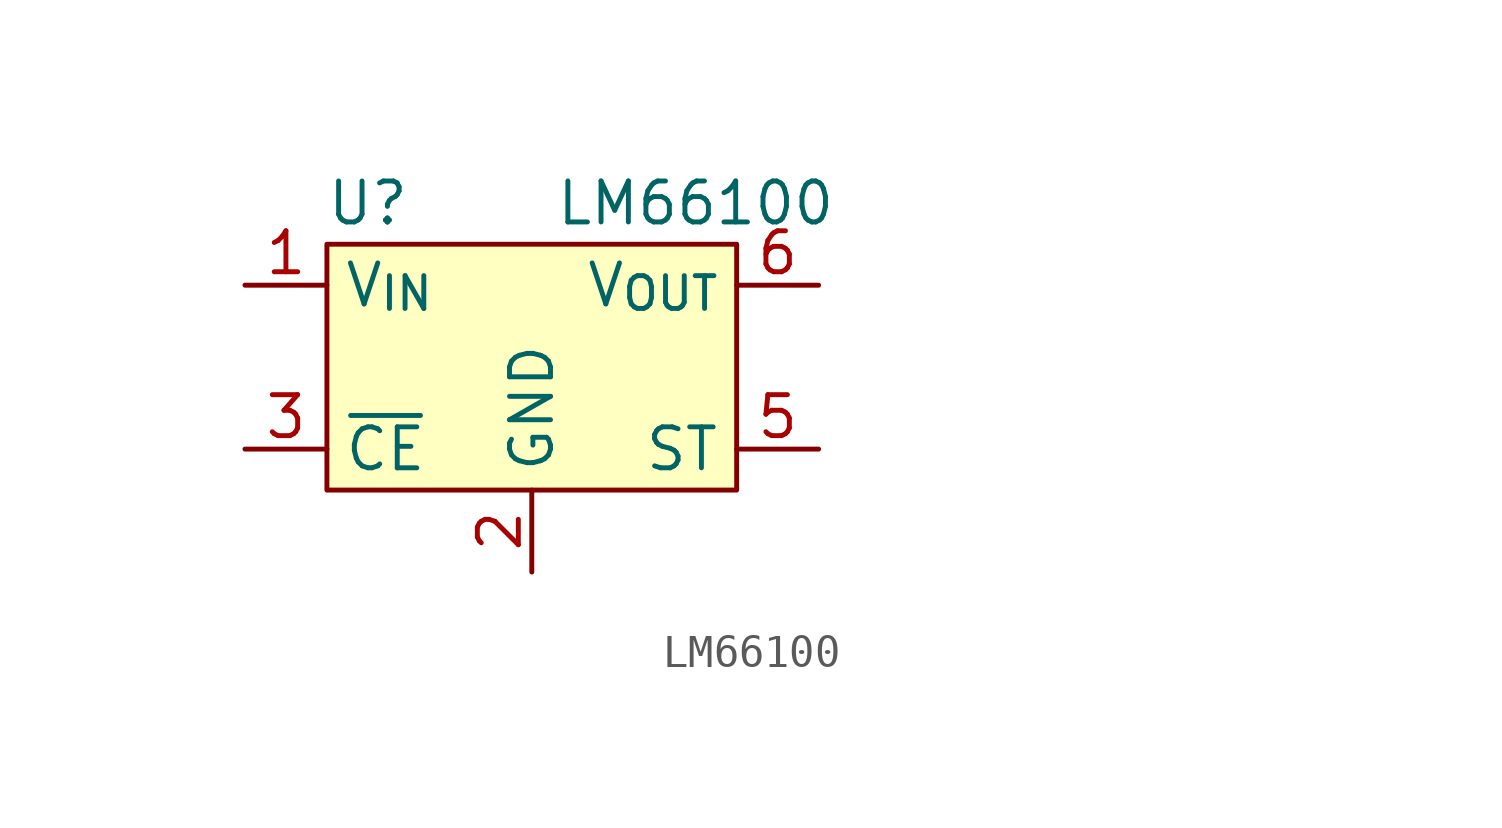
<source format=kicad_sym>
(kicad_symbol_lib
  (version 20220914)
  (generator kicad_symbol_editor)
  (symbol "LM66100"
    (property "Reference" "U"
      (at -5.08 5.08 0)
      (effects (font (size 1.27 1.27))))
    (property "Value" "LM66100"
      (at 5.08 5.08 0)
      (effects (font (size 1.27 1.27))))
    (symbol "LM66100_0_0"
      (pin power_in line (at -8.89 2.54 0) (length 2.54) (name "V_{IN}" (effects (font (size 1.27 1.27)))) (number "1" (effects (font (size 1.27 1.27)))))
      (pin power_in line (at 0 -6.35 90) (length 2.54) (name "GND" (effects (font (size 1.27 1.27)))) (number "2" (effects (font (size 1.27 1.27)))))
      (pin input line (at -8.89 -2.54 0) (length 2.54) (name "~{CE}" (effects (font (size 1.27 1.27)))) (number "3" (effects (font (size 1.27 1.27)))))
      (pin power_out line (at 8.89 2.54 180) (length 2.54) (name "V_{OUT}" (effects (font (size 1.27 1.27)))) (number "6" (effects (font (size 1.27 1.27))))))
    (symbol "LM66100_1_0"
      (pin no_connect line (at 20.32 -5.08 0) (length 2.54) hide (name "N/C" (effects (font (size 1.27 1.27)))) (number "4" (effects (font (size 1.27 1.27)))))
      (pin output line (at 8.89 -2.54 180) (length 2.54) (name "ST" (effects (font (size 1.27 1.27)))) (number "5" (effects (font (size 1.27 1.27)))) (alternate "ST_{NA}" passive line)))
    (symbol "LM66100_1_1"
      (rectangle (start -6.35 3.81) (end 6.35 -3.81) (stroke (width 0) (type default)) (fill (type background))))))
</source>
